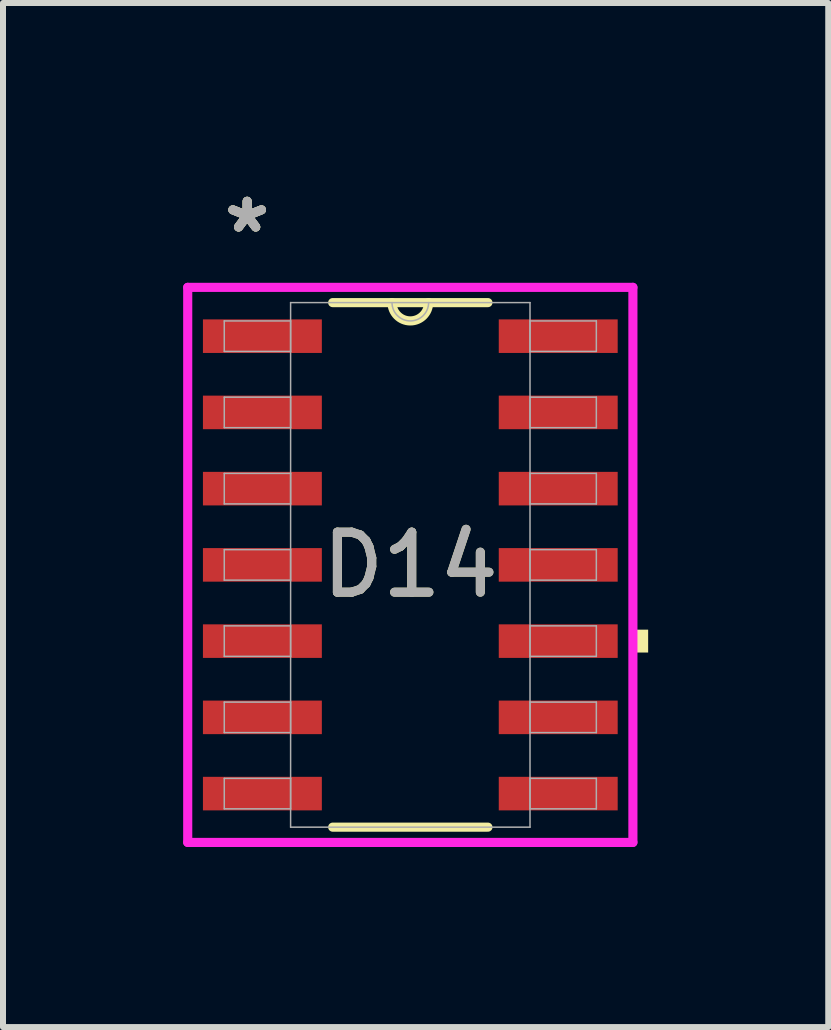
<source format=kicad_pcb>
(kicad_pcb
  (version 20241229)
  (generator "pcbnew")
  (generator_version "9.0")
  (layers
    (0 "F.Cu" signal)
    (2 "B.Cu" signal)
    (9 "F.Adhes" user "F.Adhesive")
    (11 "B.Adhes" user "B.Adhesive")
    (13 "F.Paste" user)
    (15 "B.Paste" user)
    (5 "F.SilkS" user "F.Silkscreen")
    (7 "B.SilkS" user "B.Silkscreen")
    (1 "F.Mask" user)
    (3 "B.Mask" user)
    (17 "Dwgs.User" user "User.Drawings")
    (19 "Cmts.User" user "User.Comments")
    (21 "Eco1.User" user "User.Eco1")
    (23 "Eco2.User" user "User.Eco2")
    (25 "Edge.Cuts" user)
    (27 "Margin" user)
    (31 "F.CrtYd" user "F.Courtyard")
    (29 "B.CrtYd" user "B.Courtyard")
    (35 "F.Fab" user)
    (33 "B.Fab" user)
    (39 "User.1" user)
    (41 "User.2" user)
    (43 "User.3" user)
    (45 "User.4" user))
  (footprint "D14"
    (layer "F.Cu")
    (at 3.785 6.36)
    (property "Reference" "D14" (at 0 0 0) (unlocked yes) (layer "F.SilkS") (effects (font (size 1 1) (thickness 0.15))))
    (attr smd)
    (fp_line (start -1.293 4.369) (end 1.293 4.369) (stroke (width 0.152) (type solid)) (layer "F.SilkS"))
    (fp_line (start 1.293 -4.369) (end -1.293 -4.369) (stroke (width 0.152) (type solid)) (layer "F.SilkS"))
    (fp_arc (start 0.3048 -4.3688) (mid 0 -4.064) (end -0.3048 -4.3688) (stroke (width 0.1524) (type solid)) (layer "F.SilkS"))
    (fp_poly (pts (xy 3.962 1.079) (xy 3.962 1.46) (xy 3.708 1.46) (xy 3.708 1.079)) (stroke (width 0) (type solid)) (fill yes) (layer "F.SilkS"))
    (fp_line (start -3.708 -4.623) (end 3.708 -4.623) (stroke (width 0.152) (type solid)) (layer "F.CrtYd"))
    (fp_line (start -3.708 4.623) (end -3.708 -4.623) (stroke (width 0.152) (type solid)) (layer "F.CrtYd"))
    (fp_line (start 3.708 -4.623) (end 3.708 4.623) (stroke (width 0.152) (type solid)) (layer "F.CrtYd"))
    (fp_line (start 3.708 4.623) (end -3.708 4.623) (stroke (width 0.152) (type solid)) (layer "F.CrtYd"))
    (fp_line (start -3.099 -4.064) (end -3.099 -3.556) (stroke (width 0.025) (type solid)) (layer "F.Fab"))
    (fp_line (start -3.099 -3.556) (end -1.994 -3.556) (stroke (width 0.025) (type solid)) (layer "F.Fab"))
    (fp_line (start -3.099 -2.794) (end -3.099 -2.286) (stroke (width 0.025) (type solid)) (layer "F.Fab"))
    (fp_line (start -3.099 -2.286) (end -1.994 -2.286) (stroke (width 0.025) (type solid)) (layer "F.Fab"))
    (fp_line (start -3.099 -1.524) (end -3.099 -1.016) (stroke (width 0.025) (type solid)) (layer "F.Fab"))
    (fp_line (start -3.099 -1.016) (end -1.994 -1.016) (stroke (width 0.025) (type solid)) (layer "F.Fab"))
    (fp_line (start -3.099 -0.254) (end -3.099 0.254) (stroke (width 0.025) (type solid)) (layer "F.Fab"))
    (fp_line (start -3.099 0.254) (end -1.994 0.254) (stroke (width 0.025) (type solid)) (layer "F.Fab"))
    (fp_line (start -3.099 1.016) (end -3.099 1.524) (stroke (width 0.025) (type solid)) (layer "F.Fab"))
    (fp_line (start -3.099 1.524) (end -1.994 1.524) (stroke (width 0.025) (type solid)) (layer "F.Fab"))
    (fp_line (start -3.099 2.286) (end -3.099 2.794) (stroke (width 0.025) (type solid)) (layer "F.Fab"))
    (fp_line (start -3.099 2.794) (end -1.994 2.794) (stroke (width 0.025) (type solid)) (layer "F.Fab"))
    (fp_line (start -3.099 3.556) (end -3.099 4.064) (stroke (width 0.025) (type solid)) (layer "F.Fab"))
    (fp_line (start -3.099 4.064) (end -1.994 4.064) (stroke (width 0.025) (type solid)) (layer "F.Fab"))
    (fp_line (start -1.994 -4.369) (end -1.994 4.369) (stroke (width 0.025) (type solid)) (layer "F.Fab"))
    (fp_line (start -1.994 -4.064) (end -3.099 -4.064) (stroke (width 0.025) (type solid)) (layer "F.Fab"))
    (fp_line (start -1.994 -3.556) (end -1.994 -4.064) (stroke (width 0.025) (type solid)) (layer "F.Fab"))
    (fp_line (start -1.994 -2.794) (end -3.099 -2.794) (stroke (width 0.025) (type solid)) (layer "F.Fab"))
    (fp_line (start -1.994 -2.286) (end -1.994 -2.794) (stroke (width 0.025) (type solid)) (layer "F.Fab"))
    (fp_line (start -1.994 -1.524) (end -3.099 -1.524) (stroke (width 0.025) (type solid)) (layer "F.Fab"))
    (fp_line (start -1.994 -1.016) (end -1.994 -1.524) (stroke (width 0.025) (type solid)) (layer "F.Fab"))
    (fp_line (start -1.994 -0.254) (end -3.099 -0.254) (stroke (width 0.025) (type solid)) (layer "F.Fab"))
    (fp_line (start -1.994 0.254) (end -1.994 -0.254) (stroke (width 0.025) (type solid)) (layer "F.Fab"))
    (fp_line (start -1.994 1.016) (end -3.099 1.016) (stroke (width 0.025) (type solid)) (layer "F.Fab"))
    (fp_line (start -1.994 1.524) (end -1.994 1.016) (stroke (width 0.025) (type solid)) (layer "F.Fab"))
    (fp_line (start -1.994 2.286) (end -3.099 2.286) (stroke (width 0.025) (type solid)) (layer "F.Fab"))
    (fp_line (start -1.994 2.794) (end -1.994 2.286) (stroke (width 0.025) (type solid)) (layer "F.Fab"))
    (fp_line (start -1.994 3.556) (end -3.099 3.556) (stroke (width 0.025) (type solid)) (layer "F.Fab"))
    (fp_line (start -1.994 4.064) (end -1.994 3.556) (stroke (width 0.025) (type solid)) (layer "F.Fab"))
    (fp_line (start -1.994 4.369) (end 1.994 4.369) (stroke (width 0.025) (type solid)) (layer "F.Fab"))
    (fp_line (start 1.994 -4.369) (end -1.994 -4.369) (stroke (width 0.025) (type solid)) (layer "F.Fab"))
    (fp_line (start 1.994 -4.064) (end 1.994 -3.556) (stroke (width 0.025) (type solid)) (layer "F.Fab"))
    (fp_line (start 1.994 -3.556) (end 3.099 -3.556) (stroke (width 0.025) (type solid)) (layer "F.Fab"))
    (fp_line (start 1.994 -2.794) (end 1.994 -2.286) (stroke (width 0.025) (type solid)) (layer "F.Fab"))
    (fp_line (start 1.994 -2.286) (end 3.099 -2.286) (stroke (width 0.025) (type solid)) (layer "F.Fab"))
    (fp_line (start 1.994 -1.524) (end 1.994 -1.016) (stroke (width 0.025) (type solid)) (layer "F.Fab"))
    (fp_line (start 1.994 -1.016) (end 3.099 -1.016) (stroke (width 0.025) (type solid)) (layer "F.Fab"))
    (fp_line (start 1.994 -0.254) (end 1.994 0.254) (stroke (width 0.025) (type solid)) (layer "F.Fab"))
    (fp_line (start 1.994 0.254) (end 3.099 0.254) (stroke (width 0.025) (type solid)) (layer "F.Fab"))
    (fp_line (start 1.994 1.016) (end 1.994 1.524) (stroke (width 0.025) (type solid)) (layer "F.Fab"))
    (fp_line (start 1.994 1.524) (end 3.099 1.524) (stroke (width 0.025) (type solid)) (layer "F.Fab"))
    (fp_line (start 1.994 2.286) (end 1.994 2.794) (stroke (width 0.025) (type solid)) (layer "F.Fab"))
    (fp_line (start 1.994 2.794) (end 3.099 2.794) (stroke (width 0.025) (type solid)) (layer "F.Fab"))
    (fp_line (start 1.994 3.556) (end 1.994 4.064) (stroke (width 0.025) (type solid)) (layer "F.Fab"))
    (fp_line (start 1.994 4.064) (end 3.099 4.064) (stroke (width 0.025) (type solid)) (layer "F.Fab"))
    (fp_line (start 1.994 4.369) (end 1.994 -4.369) (stroke (width 0.025) (type solid)) (layer "F.Fab"))
    (fp_line (start 3.099 -4.064) (end 1.994 -4.064) (stroke (width 0.025) (type solid)) (layer "F.Fab"))
    (fp_line (start 3.099 -3.556) (end 3.099 -4.064) (stroke (width 0.025) (type solid)) (layer "F.Fab"))
    (fp_line (start 3.099 -2.794) (end 1.994 -2.794) (stroke (width 0.025) (type solid)) (layer "F.Fab"))
    (fp_line (start 3.099 -2.286) (end 3.099 -2.794) (stroke (width 0.025) (type solid)) (layer "F.Fab"))
    (fp_line (start 3.099 -1.524) (end 1.994 -1.524) (stroke (width 0.025) (type solid)) (layer "F.Fab"))
    (fp_line (start 3.099 -1.016) (end 3.099 -1.524) (stroke (width 0.025) (type solid)) (layer "F.Fab"))
    (fp_line (start 3.099 -0.254) (end 1.994 -0.254) (stroke (width 0.025) (type solid)) (layer "F.Fab"))
    (fp_line (start 3.099 0.254) (end 3.099 -0.254) (stroke (width 0.025) (type solid)) (layer "F.Fab"))
    (fp_line (start 3.099 1.016) (end 1.994 1.016) (stroke (width 0.025) (type solid)) (layer "F.Fab"))
    (fp_line (start 3.099 1.524) (end 3.099 1.016) (stroke (width 0.025) (type solid)) (layer "F.Fab"))
    (fp_line (start 3.099 2.286) (end 1.994 2.286) (stroke (width 0.025) (type solid)) (layer "F.Fab"))
    (fp_line (start 3.099 2.794) (end 3.099 2.286) (stroke (width 0.025) (type solid)) (layer "F.Fab"))
    (fp_line (start 3.099 3.556) (end 1.994 3.556) (stroke (width 0.025) (type solid)) (layer "F.Fab"))
    (fp_line (start 3.099 4.064) (end 3.099 3.556) (stroke (width 0.025) (type solid)) (layer "F.Fab"))
    (fp_arc (start 0.3048 -4.3688) (mid 0 -4.064) (end -0.3048 -4.3688) (stroke (width 0.0254) (type solid)) (layer "F.Fab"))
    (fp_text user "*" (at -2.718 -5.512 0) (layer "F.SilkS") (effects (font (size 1 1) (thickness 0.15))))
    (fp_text user "*" (at -2.718 -5.512 0) (unlocked yes) (layer "F.SilkS") (effects (font (size 1 1) (thickness 0.15))))
    (fp_text user "*" (at -2.718 -5.512 0) (unlocked yes) (layer "F.Fab") (effects (font (size 1 1) (thickness 0.15))))
    (fp_text user "*" (at -2.718 -5.512 0) (layer "F.Fab") (effects (font (size 1 1) (thickness 0.15))))
    (fp_text user "${REFERENCE}" (at 0 0 0) (unlocked yes) (layer "F.Fab") (effects (font (size 1 1) (thickness 0.15))))
    (pad "1" smd rect (at -2.464 -3.81) (size 1.981 0.559) (layers "F.Cu" "F.Mask" "F.Paste"))
    (pad "2" smd rect (at -2.464 -2.54) (size 1.981 0.559) (layers "F.Cu" "F.Mask" "F.Paste"))
    (pad "3" smd rect (at -2.464 -1.27) (size 1.981 0.559) (layers "F.Cu" "F.Mask" "F.Paste"))
    (pad "4" smd rect (at -2.464 0) (size 1.981 0.559) (layers "F.Cu" "F.Mask" "F.Paste"))
    (pad "5" smd rect (at -2.464 1.27) (size 1.981 0.559) (layers "F.Cu" "F.Mask" "F.Paste"))
    (pad "6" smd rect (at -2.464 2.54) (size 1.981 0.559) (layers "F.Cu" "F.Mask" "F.Paste"))
    (pad "7" smd rect (at -2.464 3.81) (size 1.981 0.559) (layers "F.Cu" "F.Mask" "F.Paste"))
    (pad "8" smd rect (at 2.464 3.81) (size 1.981 0.559) (layers "F.Cu" "F.Mask" "F.Paste"))
    (pad "9" smd rect (at 2.464 2.54) (size 1.981 0.559) (layers "F.Cu" "F.Mask" "F.Paste"))
    (pad "10" smd rect (at 2.464 1.27) (size 1.981 0.559) (layers "F.Cu" "F.Mask" "F.Paste"))
    (pad "11" smd rect (at 2.464 0) (size 1.981 0.559) (layers "F.Cu" "F.Mask" "F.Paste"))
    (pad "12" smd rect (at 2.464 -1.27) (size 1.981 0.559) (layers "F.Cu" "F.Mask" "F.Paste"))
    (pad "13" smd rect (at 2.464 -2.54) (size 1.981 0.559) (layers "F.Cu" "F.Mask" "F.Paste"))
    (pad "14" smd rect (at 2.464 -3.81) (size 1.981 0.559) (layers "F.Cu" "F.Mask" "F.Paste")))
  (gr_rect
    (start -3 -3)
    (end 10.747 14.059)
    (stroke (width 0.1) (type default))
    (fill no)
    (layer "Edge.Cuts")))
</source>
